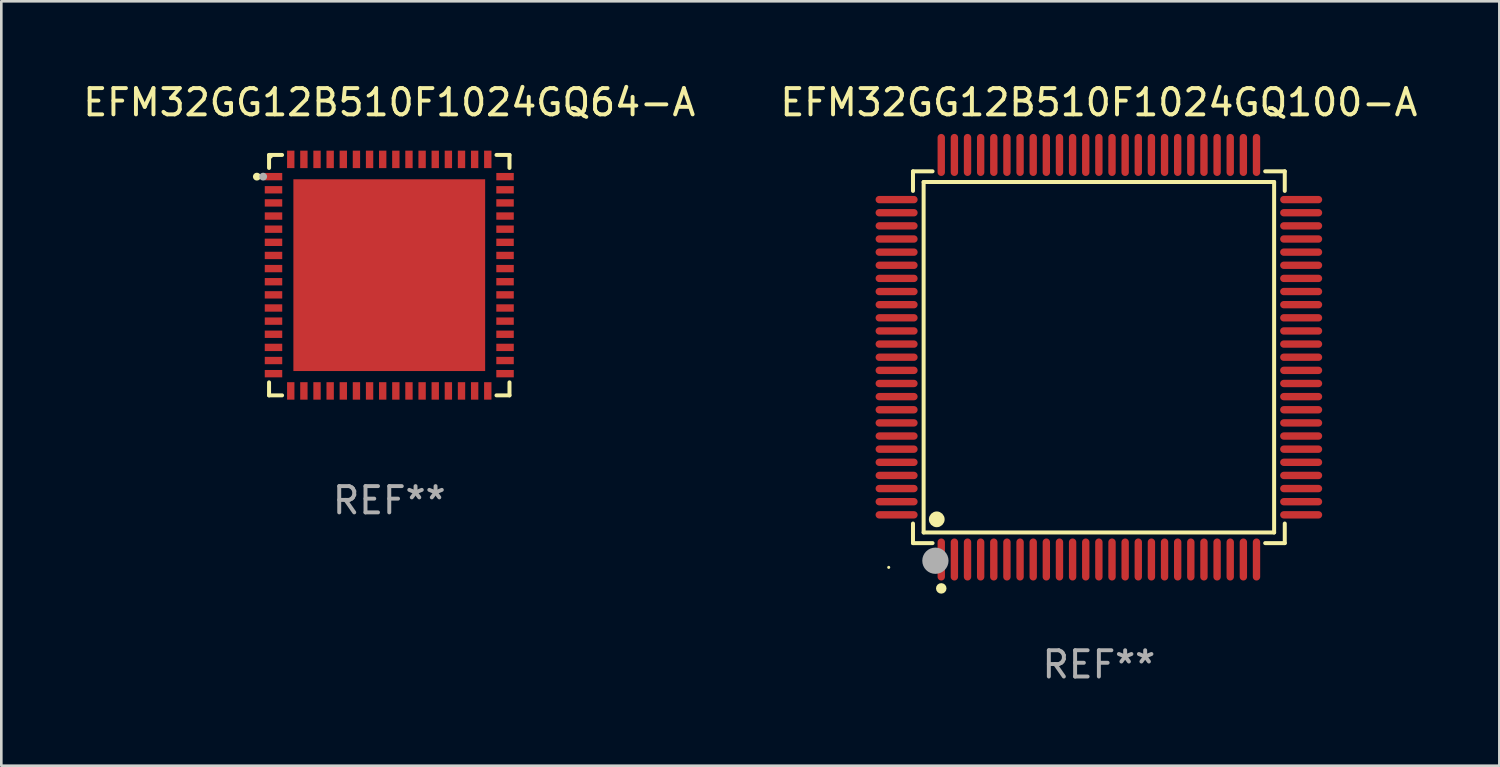
<source format=kicad_pcb>
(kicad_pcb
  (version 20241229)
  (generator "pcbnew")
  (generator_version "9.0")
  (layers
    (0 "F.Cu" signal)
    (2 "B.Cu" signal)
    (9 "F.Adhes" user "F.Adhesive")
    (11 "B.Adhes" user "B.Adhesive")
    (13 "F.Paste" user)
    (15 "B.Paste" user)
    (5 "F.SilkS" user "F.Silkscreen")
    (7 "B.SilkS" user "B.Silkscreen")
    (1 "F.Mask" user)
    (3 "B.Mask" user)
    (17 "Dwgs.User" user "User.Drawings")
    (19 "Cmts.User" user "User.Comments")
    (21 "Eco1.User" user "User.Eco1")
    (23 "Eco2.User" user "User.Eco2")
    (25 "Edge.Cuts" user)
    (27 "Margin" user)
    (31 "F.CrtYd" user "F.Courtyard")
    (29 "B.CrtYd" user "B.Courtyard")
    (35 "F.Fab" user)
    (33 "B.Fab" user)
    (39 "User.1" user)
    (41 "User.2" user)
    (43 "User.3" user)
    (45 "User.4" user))
  (footprint "EFM32GG12B510F1024GQ100-A"
    (layer "F.Cu")
    (at 38.78 10.548)
    (property "Reference" "EFM32GG12B510F1024GQ100-A" (at 0 -9.7 0) (layer "F.SilkS") (effects (font (size 1 1) (thickness 0.15))))
    (attr through_hole)
    (fp_line (start -7.076 -7.076) (end -6.331 -7.076) (stroke (width 0.152) (type solid)) (layer "F.SilkS"))
    (fp_line (start -7.076 -6.331) (end -7.076 -7.076) (stroke (width 0.152) (type solid)) (layer "F.SilkS"))
    (fp_line (start -7.076 6.331) (end -7.076 7.076) (stroke (width 0.152) (type solid)) (layer "F.SilkS"))
    (fp_line (start -7.076 7.076) (end -6.331 7.076) (stroke (width 0.152) (type solid)) (layer "F.SilkS"))
    (fp_line (start -6.671 -6.671) (end 6.671 -6.671) (stroke (width 0.152) (type solid)) (layer "F.SilkS"))
    (fp_line (start -6.671 6.671) (end -6.671 -6.671) (stroke (width 0.152) (type solid)) (layer "F.SilkS"))
    (fp_line (start 6.671 -6.671) (end 6.671 6.671) (stroke (width 0.152) (type solid)) (layer "F.SilkS"))
    (fp_line (start 6.671 6.671) (end -6.671 6.671) (stroke (width 0.152) (type solid)) (layer "F.SilkS"))
    (fp_line (start 7.076 -7.076) (end 6.331 -7.076) (stroke (width 0.152) (type solid)) (layer "F.SilkS"))
    (fp_line (start 7.076 -6.331) (end 7.076 -7.076) (stroke (width 0.152) (type solid)) (layer "F.SilkS"))
    (fp_line (start 7.076 6.331) (end 7.076 7.076) (stroke (width 0.152) (type solid)) (layer "F.SilkS"))
    (fp_line (start 7.076 7.076) (end 6.331 7.076) (stroke (width 0.152) (type solid)) (layer "F.SilkS"))
    (fp_circle (center -8 8) (end -7.97 8) (stroke (width 0.06) (type solid)) (fill no) (layer "F.SilkS"))
    (fp_circle (center -6.171 6.171) (end -6.021 6.171) (stroke (width 0.3) (type solid)) (fill no) (layer "F.SilkS"))
    (fp_circle (center -6 8.8) (end -5.9 8.8) (stroke (width 0.2) (type solid)) (fill no) (layer "F.SilkS"))
    (fp_circle (center -6.223 7.747) (end -5.973 7.747) (stroke (width 0.5) (type solid)) (fill no) (layer "F.Fab"))
    (fp_text user "REF**" (at 0 11.7 0) (layer "F.Fab") (effects (font (size 1 1) (thickness 0.15))))
    (pad "1" smd oval (at -6 7.7) (size 0.28 1.6) (layers "F.Cu" "F.Mask" "F.Paste"))
    (pad "2" smd oval (at -5.5 7.7) (size 0.28 1.6) (layers "F.Cu" "F.Mask" "F.Paste"))
    (pad "3" smd oval (at -5 7.7) (size 0.28 1.6) (layers "F.Cu" "F.Mask" "F.Paste"))
    (pad "4" smd oval (at -4.5 7.7) (size 0.28 1.6) (layers "F.Cu" "F.Mask" "F.Paste"))
    (pad "5" smd oval (at -4 7.7) (size 0.28 1.6) (layers "F.Cu" "F.Mask" "F.Paste"))
    (pad "6" smd oval (at -3.5 7.7) (size 0.28 1.6) (layers "F.Cu" "F.Mask" "F.Paste"))
    (pad "7" smd oval (at -3 7.7) (size 0.28 1.6) (layers "F.Cu" "F.Mask" "F.Paste"))
    (pad "8" smd oval (at -2.5 7.7) (size 0.28 1.6) (layers "F.Cu" "F.Mask" "F.Paste"))
    (pad "9" smd oval (at -2 7.7) (size 0.28 1.6) (layers "F.Cu" "F.Mask" "F.Paste"))
    (pad "10" smd oval (at -1.5 7.7) (size 0.28 1.6) (layers "F.Cu" "F.Mask" "F.Paste"))
    (pad "11" smd oval (at -1 7.7) (size 0.28 1.6) (layers "F.Cu" "F.Mask" "F.Paste"))
    (pad "12" smd oval (at -0.5 7.7) (size 0.28 1.6) (layers "F.Cu" "F.Mask" "F.Paste"))
    (pad "13" smd oval (at 0 7.7) (size 0.28 1.6) (layers "F.Cu" "F.Mask" "F.Paste"))
    (pad "14" smd oval (at 0.5 7.7) (size 0.28 1.6) (layers "F.Cu" "F.Mask" "F.Paste"))
    (pad "15" smd oval (at 1 7.7) (size 0.28 1.6) (layers "F.Cu" "F.Mask" "F.Paste"))
    (pad "16" smd oval (at 1.5 7.7) (size 0.28 1.6) (layers "F.Cu" "F.Mask" "F.Paste"))
    (pad "17" smd oval (at 2 7.7) (size 0.28 1.6) (layers "F.Cu" "F.Mask" "F.Paste"))
    (pad "18" smd oval (at 2.5 7.7) (size 0.28 1.6) (layers "F.Cu" "F.Mask" "F.Paste"))
    (pad "19" smd oval (at 3 7.7) (size 0.28 1.6) (layers "F.Cu" "F.Mask" "F.Paste"))
    (pad "20" smd oval (at 3.5 7.7) (size 0.28 1.6) (layers "F.Cu" "F.Mask" "F.Paste"))
    (pad "21" smd oval (at 4 7.7) (size 0.28 1.6) (layers "F.Cu" "F.Mask" "F.Paste"))
    (pad "22" smd oval (at 4.5 7.7) (size 0.28 1.6) (layers "F.Cu" "F.Mask" "F.Paste"))
    (pad "23" smd oval (at 5 7.7) (size 0.28 1.6) (layers "F.Cu" "F.Mask" "F.Paste"))
    (pad "24" smd oval (at 5.5 7.7) (size 0.28 1.6) (layers "F.Cu" "F.Mask" "F.Paste"))
    (pad "25" smd oval (at 6 7.7) (size 0.28 1.6) (layers "F.Cu" "F.Mask" "F.Paste"))
    (pad "26" smd oval (at 7.7 6) (size 1.6 0.28) (layers "F.Cu" "F.Mask" "F.Paste"))
    (pad "27" smd oval (at 7.7 5.5) (size 1.6 0.28) (layers "F.Cu" "F.Mask" "F.Paste"))
    (pad "28" smd oval (at 7.7 5) (size 1.6 0.28) (layers "F.Cu" "F.Mask" "F.Paste"))
    (pad "29" smd oval (at 7.7 4.5) (size 1.6 0.28) (layers "F.Cu" "F.Mask" "F.Paste"))
    (pad "30" smd oval (at 7.7 4) (size 1.6 0.28) (layers "F.Cu" "F.Mask" "F.Paste"))
    (pad "31" smd oval (at 7.7 3.5) (size 1.6 0.28) (layers "F.Cu" "F.Mask" "F.Paste"))
    (pad "32" smd oval (at 7.7 3) (size 1.6 0.28) (layers "F.Cu" "F.Mask" "F.Paste"))
    (pad "33" smd oval (at 7.7 2.5) (size 1.6 0.28) (layers "F.Cu" "F.Mask" "F.Paste"))
    (pad "34" smd oval (at 7.7 2) (size 1.6 0.28) (layers "F.Cu" "F.Mask" "F.Paste"))
    (pad "35" smd oval (at 7.7 1.5) (size 1.6 0.28) (layers "F.Cu" "F.Mask" "F.Paste"))
    (pad "36" smd oval (at 7.7 1) (size 1.6 0.28) (layers "F.Cu" "F.Mask" "F.Paste"))
    (pad "37" smd oval (at 7.7 0.5) (size 1.6 0.28) (layers "F.Cu" "F.Mask" "F.Paste"))
    (pad "38" smd oval (at 7.7 0) (size 1.6 0.28) (layers "F.Cu" "F.Mask" "F.Paste"))
    (pad "39" smd oval (at 7.7 -0.5) (size 1.6 0.28) (layers "F.Cu" "F.Mask" "F.Paste"))
    (pad "40" smd oval (at 7.7 -1) (size 1.6 0.28) (layers "F.Cu" "F.Mask" "F.Paste"))
    (pad "41" smd oval (at 7.7 -1.5) (size 1.6 0.28) (layers "F.Cu" "F.Mask" "F.Paste"))
    (pad "42" smd oval (at 7.7 -2) (size 1.6 0.28) (layers "F.Cu" "F.Mask" "F.Paste"))
    (pad "43" smd oval (at 7.7 -2.5) (size 1.6 0.28) (layers "F.Cu" "F.Mask" "F.Paste"))
    (pad "44" smd oval (at 7.7 -3) (size 1.6 0.28) (layers "F.Cu" "F.Mask" "F.Paste"))
    (pad "45" smd oval (at 7.7 -3.5) (size 1.6 0.28) (layers "F.Cu" "F.Mask" "F.Paste"))
    (pad "46" smd oval (at 7.7 -4) (size 1.6 0.28) (layers "F.Cu" "F.Mask" "F.Paste"))
    (pad "47" smd oval (at 7.7 -4.5) (size 1.6 0.28) (layers "F.Cu" "F.Mask" "F.Paste"))
    (pad "48" smd oval (at 7.7 -5) (size 1.6 0.28) (layers "F.Cu" "F.Mask" "F.Paste"))
    (pad "49" smd oval (at 7.7 -5.5) (size 1.6 0.28) (layers "F.Cu" "F.Mask" "F.Paste"))
    (pad "50" smd oval (at 7.7 -6) (size 1.6 0.28) (layers "F.Cu" "F.Mask" "F.Paste"))
    (pad "51" smd oval (at 6 -7.7) (size 0.28 1.6) (layers "F.Cu" "F.Mask" "F.Paste"))
    (pad "52" smd oval (at 5.5 -7.7) (size 0.28 1.6) (layers "F.Cu" "F.Mask" "F.Paste"))
    (pad "53" smd oval (at 5 -7.7) (size 0.28 1.6) (layers "F.Cu" "F.Mask" "F.Paste"))
    (pad "54" smd oval (at 4.5 -7.7) (size 0.28 1.6) (layers "F.Cu" "F.Mask" "F.Paste"))
    (pad "55" smd oval (at 4 -7.7) (size 0.28 1.6) (layers "F.Cu" "F.Mask" "F.Paste"))
    (pad "56" smd oval (at 3.5 -7.7) (size 0.28 1.6) (layers "F.Cu" "F.Mask" "F.Paste"))
    (pad "57" smd oval (at 3 -7.7) (size 0.28 1.6) (layers "F.Cu" "F.Mask" "F.Paste"))
    (pad "58" smd oval (at 2.5 -7.7) (size 0.28 1.6) (layers "F.Cu" "F.Mask" "F.Paste"))
    (pad "59" smd oval (at 2 -7.7) (size 0.28 1.6) (layers "F.Cu" "F.Mask" "F.Paste"))
    (pad "60" smd oval (at 1.5 -7.7) (size 0.28 1.6) (layers "F.Cu" "F.Mask" "F.Paste"))
    (pad "61" smd oval (at 1 -7.7) (size 0.28 1.6) (layers "F.Cu" "F.Mask" "F.Paste"))
    (pad "62" smd oval (at 0.5 -7.7) (size 0.28 1.6) (layers "F.Cu" "F.Mask" "F.Paste"))
    (pad "63" smd oval (at 0 -7.7) (size 0.28 1.6) (layers "F.Cu" "F.Mask" "F.Paste"))
    (pad "64" smd oval (at -0.5 -7.7) (size 0.28 1.6) (layers "F.Cu" "F.Mask" "F.Paste"))
    (pad "65" smd oval (at -1 -7.7) (size 0.28 1.6) (layers "F.Cu" "F.Mask" "F.Paste"))
    (pad "66" smd oval (at -1.5 -7.7) (size 0.28 1.6) (layers "F.Cu" "F.Mask" "F.Paste"))
    (pad "67" smd oval (at -2 -7.7) (size 0.28 1.6) (layers "F.Cu" "F.Mask" "F.Paste"))
    (pad "68" smd oval (at -2.5 -7.7) (size 0.28 1.6) (layers "F.Cu" "F.Mask" "F.Paste"))
    (pad "69" smd oval (at -3 -7.7) (size 0.28 1.6) (layers "F.Cu" "F.Mask" "F.Paste"))
    (pad "70" smd oval (at -3.5 -7.7) (size 0.28 1.6) (layers "F.Cu" "F.Mask" "F.Paste"))
    (pad "71" smd oval (at -4 -7.7) (size 0.28 1.6) (layers "F.Cu" "F.Mask" "F.Paste"))
    (pad "72" smd oval (at -4.5 -7.7) (size 0.28 1.6) (layers "F.Cu" "F.Mask" "F.Paste"))
    (pad "73" smd oval (at -5 -7.7) (size 0.28 1.6) (layers "F.Cu" "F.Mask" "F.Paste"))
    (pad "74" smd oval (at -5.5 -7.7) (size 0.28 1.6) (layers "F.Cu" "F.Mask" "F.Paste"))
    (pad "75" smd oval (at -6 -7.7) (size 0.28 1.6) (layers "F.Cu" "F.Mask" "F.Paste"))
    (pad "76" smd oval (at -7.7 -6) (size 1.6 0.28) (layers "F.Cu" "F.Mask" "F.Paste"))
    (pad "77" smd oval (at -7.7 -5.5) (size 1.6 0.28) (layers "F.Cu" "F.Mask" "F.Paste"))
    (pad "78" smd oval (at -7.7 -5) (size 1.6 0.28) (layers "F.Cu" "F.Mask" "F.Paste"))
    (pad "79" smd oval (at -7.7 -4.5) (size 1.6 0.28) (layers "F.Cu" "F.Mask" "F.Paste"))
    (pad "80" smd oval (at -7.7 -4) (size 1.6 0.28) (layers "F.Cu" "F.Mask" "F.Paste"))
    (pad "81" smd oval (at -7.7 -3.5) (size 1.6 0.28) (layers "F.Cu" "F.Mask" "F.Paste"))
    (pad "82" smd oval (at -7.7 -3) (size 1.6 0.28) (layers "F.Cu" "F.Mask" "F.Paste"))
    (pad "83" smd oval (at -7.7 -2.5) (size 1.6 0.28) (layers "F.Cu" "F.Mask" "F.Paste"))
    (pad "84" smd oval (at -7.7 -2) (size 1.6 0.28) (layers "F.Cu" "F.Mask" "F.Paste"))
    (pad "85" smd oval (at -7.7 -1.5) (size 1.6 0.28) (layers "F.Cu" "F.Mask" "F.Paste"))
    (pad "86" smd oval (at -7.7 -1) (size 1.6 0.28) (layers "F.Cu" "F.Mask" "F.Paste"))
    (pad "87" smd oval (at -7.7 -0.5) (size 1.6 0.28) (layers "F.Cu" "F.Mask" "F.Paste"))
    (pad "88" smd oval (at -7.7 0) (size 1.6 0.28) (layers "F.Cu" "F.Mask" "F.Paste"))
    (pad "89" smd oval (at -7.7 0.5) (size 1.6 0.28) (layers "F.Cu" "F.Mask" "F.Paste"))
    (pad "90" smd oval (at -7.7 1) (size 1.6 0.28) (layers "F.Cu" "F.Mask" "F.Paste"))
    (pad "91" smd oval (at -7.7 1.5) (size 1.6 0.28) (layers "F.Cu" "F.Mask" "F.Paste"))
    (pad "92" smd oval (at -7.7 2) (size 1.6 0.28) (layers "F.Cu" "F.Mask" "F.Paste"))
    (pad "93" smd oval (at -7.7 2.5) (size 1.6 0.28) (layers "F.Cu" "F.Mask" "F.Paste"))
    (pad "94" smd oval (at -7.7 3) (size 1.6 0.28) (layers "F.Cu" "F.Mask" "F.Paste"))
    (pad "95" smd oval (at -7.7 3.5) (size 1.6 0.28) (layers "F.Cu" "F.Mask" "F.Paste"))
    (pad "96" smd oval (at -7.7 4) (size 1.6 0.28) (layers "F.Cu" "F.Mask" "F.Paste"))
    (pad "97" smd oval (at -7.7 4.5) (size 1.6 0.28) (layers "F.Cu" "F.Mask" "F.Paste"))
    (pad "98" smd oval (at -7.7 5) (size 1.6 0.28) (layers "F.Cu" "F.Mask" "F.Paste"))
    (pad "99" smd oval (at -7.7 5.5) (size 1.6 0.28) (layers "F.Cu" "F.Mask" "F.Paste"))
    (pad "100" smd oval (at -7.7 6) (size 1.6 0.28) (layers "F.Cu" "F.Mask" "F.Paste")))
  (footprint "EFM32GG12B510F1024GQ64-A"
    (layer "F.Cu")
    (at 11.768 7.424)
    (property "Reference" "EFM32GG12B510F1024GQ64-A" (at 0 -6.576 0) (layer "F.SilkS") (effects (font (size 1 1) (thickness 0.15))))
    (attr through_hole)
    (fp_line (start -4.576 -4.576) (end -4.576 -4.081) (stroke (width 0.152) (type solid)) (layer "F.SilkS"))
    (fp_line (start -4.576 4.576) (end -4.576 4.081) (stroke (width 0.152) (type solid)) (layer "F.SilkS"))
    (fp_line (start -4.081 -4.576) (end -4.576 -4.576) (stroke (width 0.152) (type solid)) (layer "F.SilkS"))
    (fp_line (start -4.081 4.576) (end -4.576 4.576) (stroke (width 0.152) (type solid)) (layer "F.SilkS"))
    (fp_line (start 4.081 -4.576) (end 4.576 -4.576) (stroke (width 0.152) (type solid)) (layer "F.SilkS"))
    (fp_line (start 4.081 4.576) (end 4.576 4.576) (stroke (width 0.152) (type solid)) (layer "F.SilkS"))
    (fp_line (start 4.576 -4.576) (end 4.576 -4.081) (stroke (width 0.152) (type solid)) (layer "F.SilkS"))
    (fp_line (start 4.576 4.576) (end 4.576 4.081) (stroke (width 0.152) (type solid)) (layer "F.SilkS"))
    (fp_circle (center -5.04 -3.75) (end -4.965 -3.75) (stroke (width 0.15) (type solid)) (fill no) (layer "F.SilkS"))
    (fp_circle (center -4.5 -4.5) (end -4.47 -4.5) (stroke (width 0.06) (type solid)) (fill no) (layer "F.SilkS"))
    (fp_circle (center -4.8 -3.75) (end -4.725 -3.75) (stroke (width 0.15) (type solid)) (fill no) (layer "F.Fab"))
    (fp_text user "REF**" (at 0 8.576 0) (layer "F.Fab") (effects (font (size 1 1) (thickness 0.15))))
    (pad "1" smd rect (at -4.407 -3.75) (size 0.665 0.28) (layers "F.Cu" "F.Mask" "F.Paste"))
    (pad "2" smd rect (at -4.407 -3.25) (size 0.665 0.28) (layers "F.Cu" "F.Mask" "F.Paste"))
    (pad "3" smd rect (at -4.407 -2.75) (size 0.665 0.28) (layers "F.Cu" "F.Mask" "F.Paste"))
    (pad "4" smd rect (at -4.407 -2.25) (size 0.665 0.28) (layers "F.Cu" "F.Mask" "F.Paste"))
    (pad "5" smd rect (at -4.407 -1.75) (size 0.665 0.28) (layers "F.Cu" "F.Mask" "F.Paste"))
    (pad "6" smd rect (at -4.407 -1.25) (size 0.665 0.28) (layers "F.Cu" "F.Mask" "F.Paste"))
    (pad "7" smd rect (at -4.407 -0.75) (size 0.665 0.28) (layers "F.Cu" "F.Mask" "F.Paste"))
    (pad "8" smd rect (at -4.407 -0.25) (size 0.665 0.28) (layers "F.Cu" "F.Mask" "F.Paste"))
    (pad "9" smd rect (at -4.407 0.25) (size 0.665 0.28) (layers "F.Cu" "F.Mask" "F.Paste"))
    (pad "10" smd rect (at -4.407 0.75) (size 0.665 0.28) (layers "F.Cu" "F.Mask" "F.Paste"))
    (pad "11" smd rect (at -4.407 1.25) (size 0.665 0.28) (layers "F.Cu" "F.Mask" "F.Paste"))
    (pad "12" smd rect (at -4.407 1.75) (size 0.665 0.28) (layers "F.Cu" "F.Mask" "F.Paste"))
    (pad "13" smd rect (at -4.407 2.25) (size 0.665 0.28) (layers "F.Cu" "F.Mask" "F.Paste"))
    (pad "14" smd rect (at -4.407 2.75) (size 0.665 0.28) (layers "F.Cu" "F.Mask" "F.Paste"))
    (pad "15" smd rect (at -4.407 3.25) (size 0.665 0.28) (layers "F.Cu" "F.Mask" "F.Paste"))
    (pad "16" smd rect (at -4.407 3.75) (size 0.665 0.28) (layers "F.Cu" "F.Mask" "F.Paste"))
    (pad "17" smd rect (at -3.75 4.407) (size 0.28 0.665) (layers "F.Cu" "F.Mask" "F.Paste"))
    (pad "18" smd rect (at -3.25 4.407) (size 0.28 0.665) (layers "F.Cu" "F.Mask" "F.Paste"))
    (pad "19" smd rect (at -2.75 4.407) (size 0.28 0.665) (layers "F.Cu" "F.Mask" "F.Paste"))
    (pad "20" smd rect (at -2.25 4.407) (size 0.28 0.665) (layers "F.Cu" "F.Mask" "F.Paste"))
    (pad "21" smd rect (at -1.75 4.407) (size 0.28 0.665) (layers "F.Cu" "F.Mask" "F.Paste"))
    (pad "22" smd rect (at -1.25 4.407) (size 0.28 0.665) (layers "F.Cu" "F.Mask" "F.Paste"))
    (pad "23" smd rect (at -0.75 4.407) (size 0.28 0.665) (layers "F.Cu" "F.Mask" "F.Paste"))
    (pad "24" smd rect (at -0.25 4.407) (size 0.28 0.665) (layers "F.Cu" "F.Mask" "F.Paste"))
    (pad "25" smd rect (at 0.25 4.407) (size 0.28 0.665) (layers "F.Cu" "F.Mask" "F.Paste"))
    (pad "26" smd rect (at 0.75 4.407) (size 0.28 0.665) (layers "F.Cu" "F.Mask" "F.Paste"))
    (pad "27" smd rect (at 1.25 4.407) (size 0.28 0.665) (layers "F.Cu" "F.Mask" "F.Paste"))
    (pad "28" smd rect (at 1.75 4.407) (size 0.28 0.665) (layers "F.Cu" "F.Mask" "F.Paste"))
    (pad "29" smd rect (at 2.25 4.407) (size 0.28 0.665) (layers "F.Cu" "F.Mask" "F.Paste"))
    (pad "30" smd rect (at 2.75 4.407) (size 0.28 0.665) (layers "F.Cu" "F.Mask" "F.Paste"))
    (pad "31" smd rect (at 3.25 4.407) (size 0.28 0.665) (layers "F.Cu" "F.Mask" "F.Paste"))
    (pad "32" smd rect (at 3.75 4.407) (size 0.28 0.665) (layers "F.Cu" "F.Mask" "F.Paste"))
    (pad "33" smd rect (at 4.407 3.75) (size 0.665 0.28) (layers "F.Cu" "F.Mask" "F.Paste"))
    (pad "34" smd rect (at 4.407 3.25) (size 0.665 0.28) (layers "F.Cu" "F.Mask" "F.Paste"))
    (pad "35" smd rect (at 4.407 2.75) (size 0.665 0.28) (layers "F.Cu" "F.Mask" "F.Paste"))
    (pad "36" smd rect (at 4.407 2.25) (size 0.665 0.28) (layers "F.Cu" "F.Mask" "F.Paste"))
    (pad "37" smd rect (at 4.407 1.75) (size 0.665 0.28) (layers "F.Cu" "F.Mask" "F.Paste"))
    (pad "38" smd rect (at 4.407 1.25) (size 0.665 0.28) (layers "F.Cu" "F.Mask" "F.Paste"))
    (pad "39" smd rect (at 4.407 0.75) (size 0.665 0.28) (layers "F.Cu" "F.Mask" "F.Paste"))
    (pad "40" smd rect (at 4.407 0.25) (size 0.665 0.28) (layers "F.Cu" "F.Mask" "F.Paste"))
    (pad "41" smd rect (at 4.407 -0.25) (size 0.665 0.28) (layers "F.Cu" "F.Mask" "F.Paste"))
    (pad "42" smd rect (at 4.407 -0.75) (size 0.665 0.28) (layers "F.Cu" "F.Mask" "F.Paste"))
    (pad "43" smd rect (at 4.407 -1.25) (size 0.665 0.28) (layers "F.Cu" "F.Mask" "F.Paste"))
    (pad "44" smd rect (at 4.407 -1.75) (size 0.665 0.28) (layers "F.Cu" "F.Mask" "F.Paste"))
    (pad "45" smd rect (at 4.407 -2.25) (size 0.665 0.28) (layers "F.Cu" "F.Mask" "F.Paste"))
    (pad "46" smd rect (at 4.407 -2.75) (size 0.665 0.28) (layers "F.Cu" "F.Mask" "F.Paste"))
    (pad "47" smd rect (at 4.407 -3.25) (size 0.665 0.28) (layers "F.Cu" "F.Mask" "F.Paste"))
    (pad "48" smd rect (at 4.407 -3.75) (size 0.665 0.28) (layers "F.Cu" "F.Mask" "F.Paste"))
    (pad "49" smd rect (at 3.75 -4.407) (size 0.28 0.665) (layers "F.Cu" "F.Mask" "F.Paste"))
    (pad "50" smd rect (at 3.25 -4.407) (size 0.28 0.665) (layers "F.Cu" "F.Mask" "F.Paste"))
    (pad "51" smd rect (at 2.75 -4.407) (size 0.28 0.665) (layers "F.Cu" "F.Mask" "F.Paste"))
    (pad "52" smd rect (at 2.25 -4.407) (size 0.28 0.665) (layers "F.Cu" "F.Mask" "F.Paste"))
    (pad "53" smd rect (at 1.75 -4.407) (size 0.28 0.665) (layers "F.Cu" "F.Mask" "F.Paste"))
    (pad "54" smd rect (at 1.25 -4.407) (size 0.28 0.665) (layers "F.Cu" "F.Mask" "F.Paste"))
    (pad "55" smd rect (at 0.75 -4.407) (size 0.28 0.665) (layers "F.Cu" "F.Mask" "F.Paste"))
    (pad "56" smd rect (at 0.25 -4.407) (size 0.28 0.665) (layers "F.Cu" "F.Mask" "F.Paste"))
    (pad "57" smd rect (at -0.25 -4.407) (size 0.28 0.665) (layers "F.Cu" "F.Mask" "F.Paste"))
    (pad "58" smd rect (at -0.75 -4.407) (size 0.28 0.665) (layers "F.Cu" "F.Mask" "F.Paste"))
    (pad "59" smd rect (at -1.25 -4.407) (size 0.28 0.665) (layers "F.Cu" "F.Mask" "F.Paste"))
    (pad "60" smd rect (at -1.75 -4.407) (size 0.28 0.665) (layers "F.Cu" "F.Mask" "F.Paste"))
    (pad "61" smd rect (at -2.25 -4.407) (size 0.28 0.665) (layers "F.Cu" "F.Mask" "F.Paste"))
    (pad "62" smd rect (at -2.75 -4.407) (size 0.28 0.665) (layers "F.Cu" "F.Mask" "F.Paste"))
    (pad "63" smd rect (at -3.25 -4.407) (size 0.28 0.665) (layers "F.Cu" "F.Mask" "F.Paste"))
    (pad "64" smd rect (at -3.75 -4.407) (size 0.28 0.665) (layers "F.Cu" "F.Mask" "F.Paste"))
    (pad "65" smd rect (at 0 0) (size 7.3 7.3) (layers "F.Cu" "F.Mask" "F.Paste")))
  (gr_rect
    (start -3 -3)
    (end 54.024 26.097)
    (stroke (width 0.1) (type default))
    (fill no)
    (layer "Edge.Cuts")))
</source>
